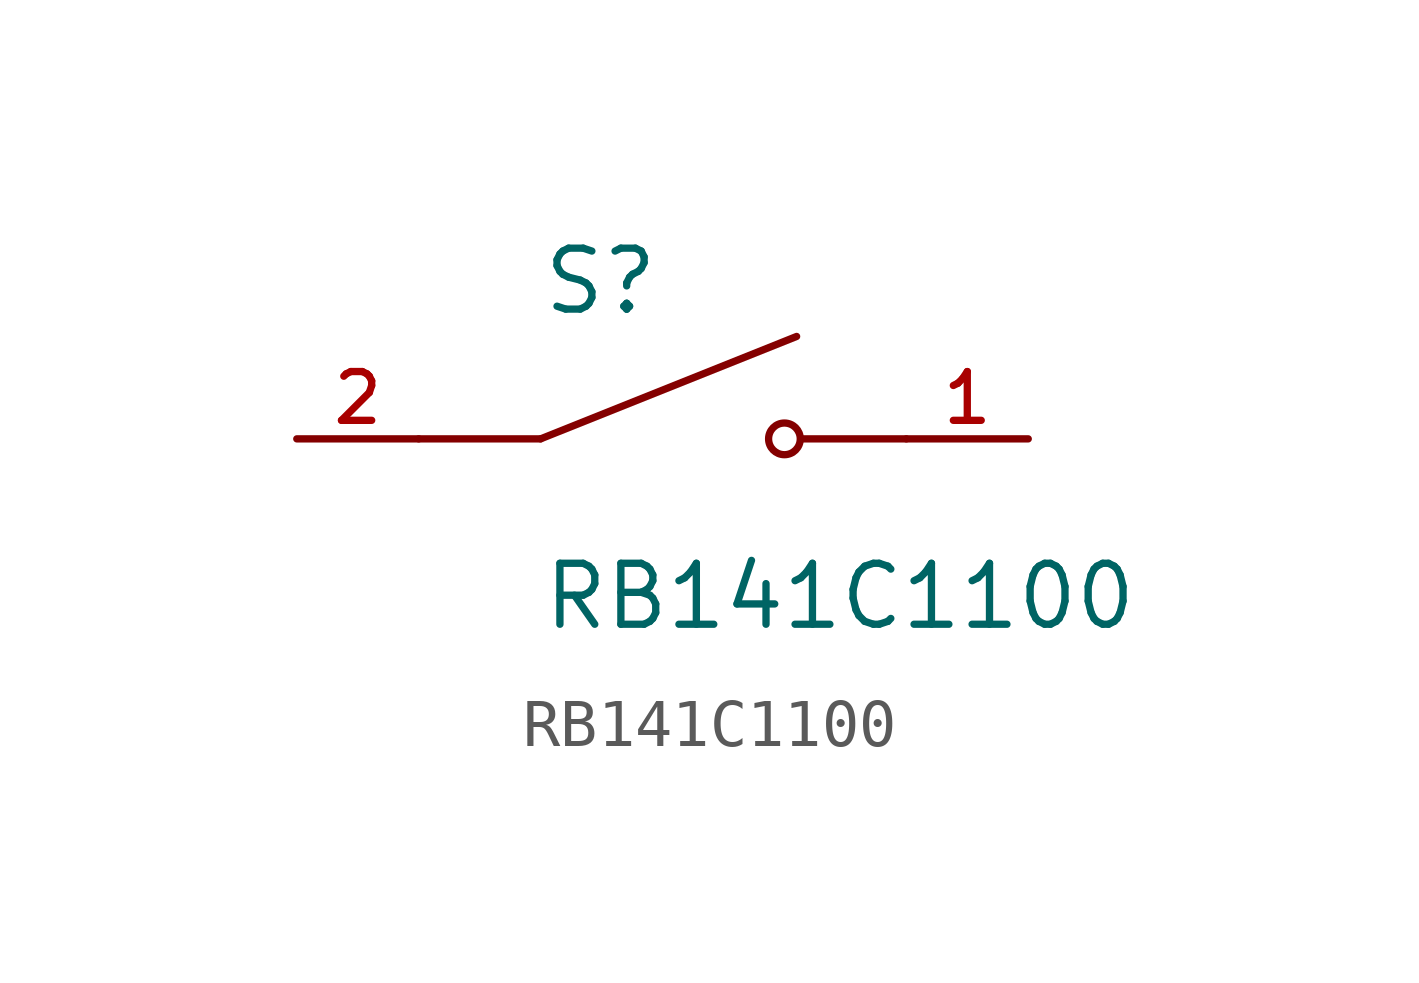
<source format=kicad_sym>
(kicad_symbol_lib
  (version 20211014)
  (generator kicad_symbol_editor)
  (symbol "RB141C1100"
    (pin_names
      (offset 1.016))
    (property "Reference" "S"
      (at -2.54 2.54 0)
      (effects (font (size 1.27 1.27)) (justify bottom left)))
    (property "Value" "RB141C1100"
      (at -2.54 -2.54 0)
      (effects (font (size 1.27 1.27)) (justify top left)))
    (symbol "RB141C1100_0_0"
      (polyline (pts (xy -2.54 0.0) (xy 2.794 2.134)) (stroke (width 0.152)))
      (circle (center 2.54 0.0) (radius 0.33) (stroke (width 0.152)) (fill (type none)))
      (polyline (pts (xy 5.08 0.0) (xy 2.921 0.0)) (stroke (width 0.152)))
      (polyline (pts (xy -2.54 0.0) (xy -5.08 0.0)) (stroke (width 0.152)))
      (pin passive line (at -7.62 0.0 0) (length 2.54) (name "~" (effects (font (size 1.016 1.016)))) (number "2" (effects (font (size 1.016 1.016)))))
      (pin passive line (at 7.62 0.0 180.0) (length 2.54) (name "~" (effects (font (size 1.016 1.016)))) (number "1" (effects (font (size 1.016 1.016))))))))
</source>
